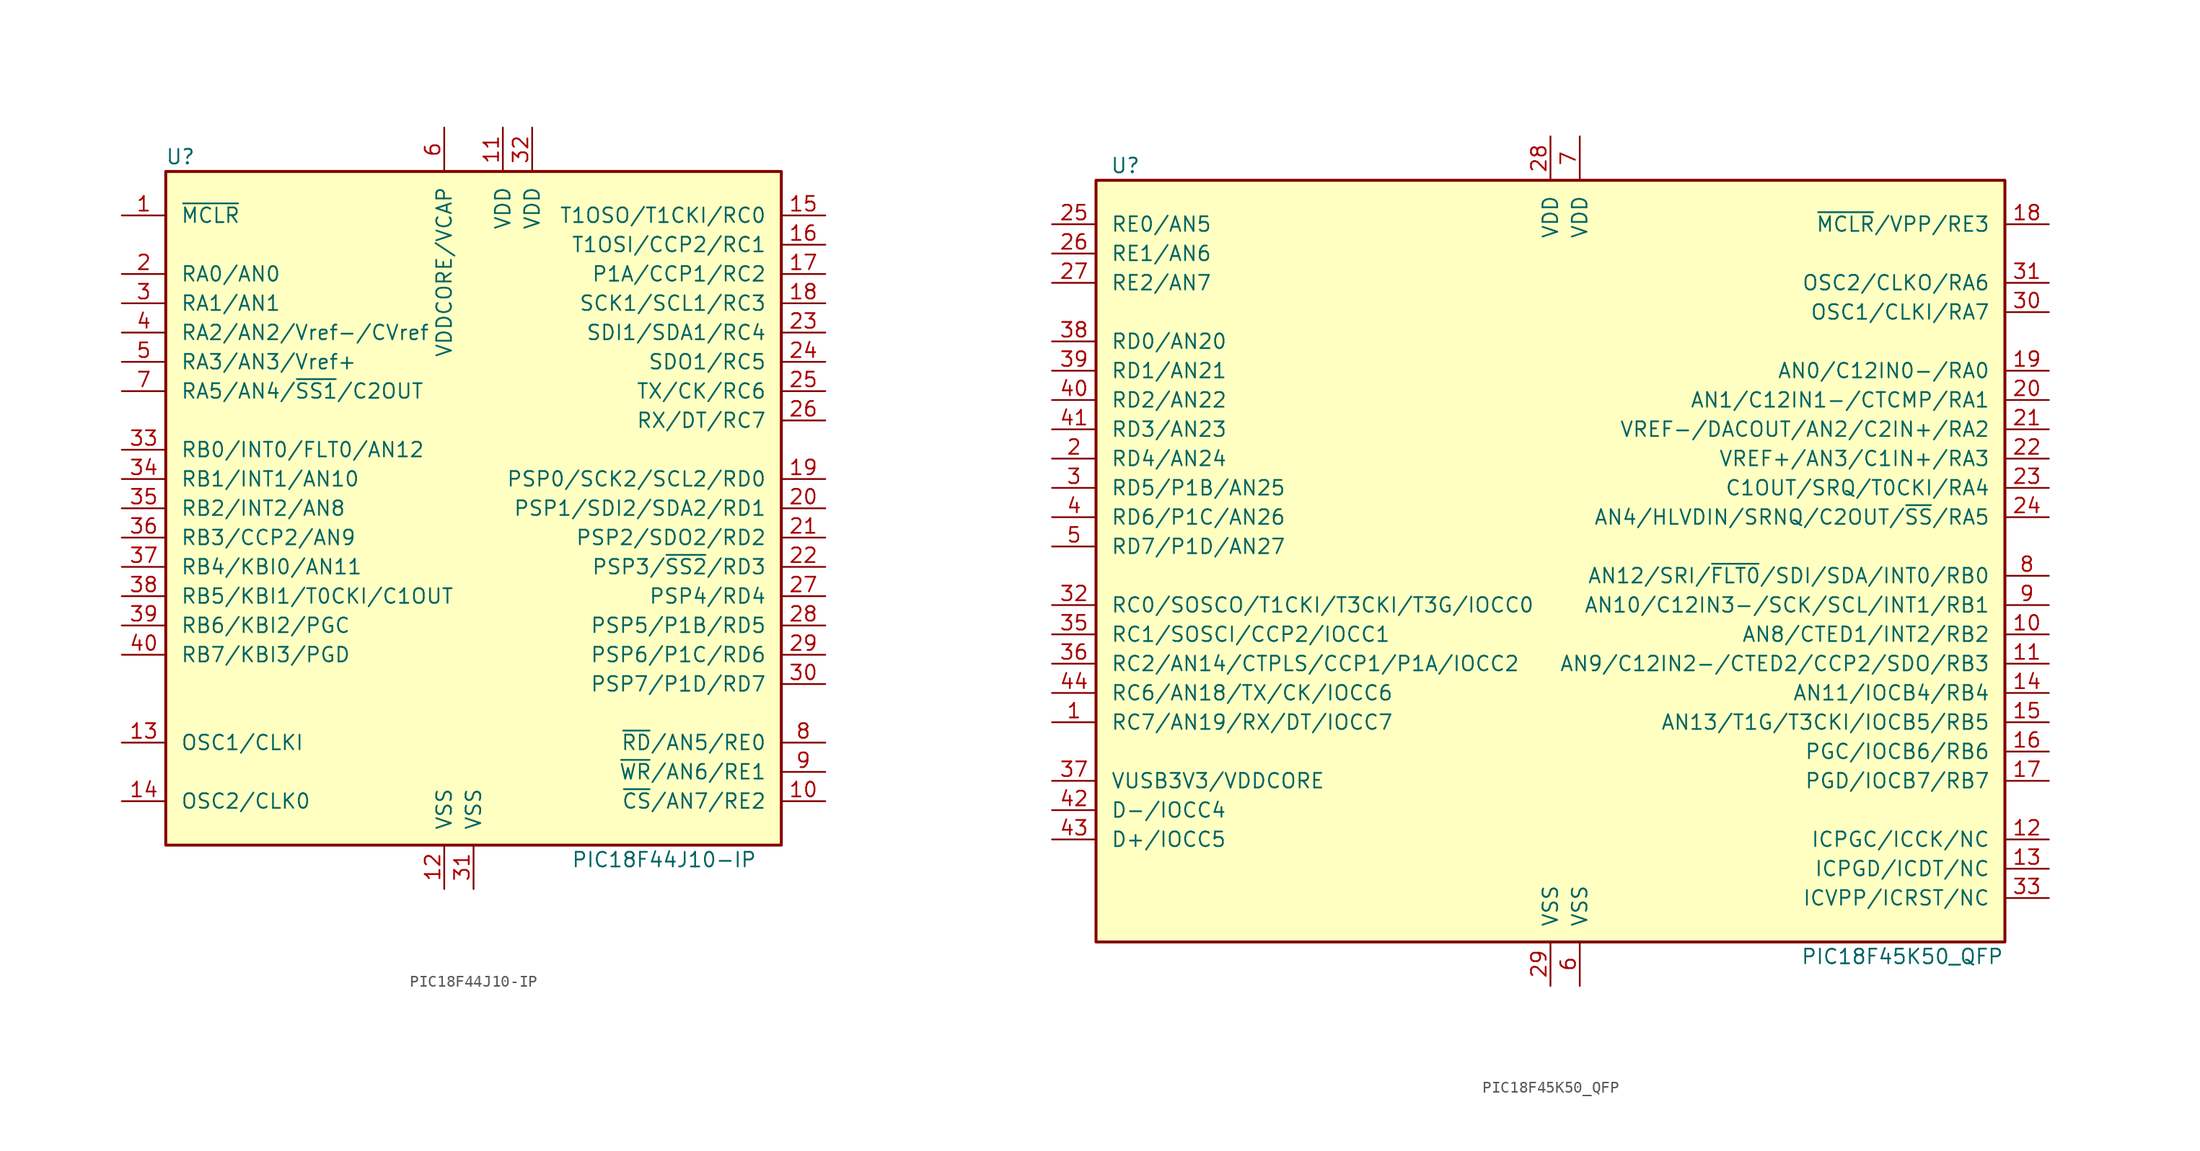
<source format=kicad_sym>
(kicad_symbol_lib
  (version 20211014)
  (generator kicad_symbol_editor)
  (symbol "PIC18F44J10-IP"
    (pin_names
      (offset 1.27))
    (property "Reference" "U"
      (at -25.4 30.48 0)
      (effects (font (size 1.27 1.27))))
    (property "Value" "PIC18F44J10-IP"
      (at 16.51 -30.48 0)
      (effects (font (size 1.27 1.27))))
    (symbol "PIC18F44J10-IP_0_0"
      (rectangle (start -26.67 -29.21) (end 26.67 29.21) (stroke (width 0.254) (type default) (color 0 0 0 0)) (fill (type background))))
    (symbol "PIC18F44J10-IP_1_1"
      (pin input line (at -30.48 25.4 0) (length 3.81) (name "~{MCLR}" (effects (font (size 1.27 1.27)))) (number "1" (effects (font (size 1.27 1.27)))))
      (pin tri_state line (at 30.48 -25.4 180) (length 3.81) (name "~{CS}/AN7/RE2" (effects (font (size 1.27 1.27)))) (number "10" (effects (font (size 1.27 1.27)))))
      (pin power_in line (at 2.54 33.02 270) (length 3.81) (name "VDD" (effects (font (size 1.27 1.27)))) (number "11" (effects (font (size 1.27 1.27)))))
      (pin power_in line (at -2.54 -33.02 90) (length 3.81) (name "VSS" (effects (font (size 1.27 1.27)))) (number "12" (effects (font (size 1.27 1.27)))))
      (pin input line (at -30.48 -20.32 0) (length 3.81) (name "OSC1/CLKI" (effects (font (size 1.27 1.27)))) (number "13" (effects (font (size 1.27 1.27)))))
      (pin output line (at -30.48 -25.4 0) (length 3.81) (name "OSC2/CLK0" (effects (font (size 1.27 1.27)))) (number "14" (effects (font (size 1.27 1.27)))))
      (pin tri_state line (at 30.48 25.4 180) (length 3.81) (name "T1OSO/T1CKI/RC0" (effects (font (size 1.27 1.27)))) (number "15" (effects (font (size 1.27 1.27)))))
      (pin tri_state line (at 30.48 22.86 180) (length 3.81) (name "T1OSI/CCP2/RC1" (effects (font (size 1.27 1.27)))) (number "16" (effects (font (size 1.27 1.27)))))
      (pin tri_state line (at 30.48 20.32 180) (length 3.81) (name "P1A/CCP1/RC2" (effects (font (size 1.27 1.27)))) (number "17" (effects (font (size 1.27 1.27)))))
      (pin tri_state line (at 30.48 17.78 180) (length 3.81) (name "SCK1/SCL1/RC3" (effects (font (size 1.27 1.27)))) (number "18" (effects (font (size 1.27 1.27)))))
      (pin tri_state line (at 30.48 2.54 180) (length 3.81) (name "PSP0/SCK2/SCL2/RD0" (effects (font (size 1.27 1.27)))) (number "19" (effects (font (size 1.27 1.27)))))
      (pin tri_state line (at -30.48 20.32 0) (length 3.81) (name "RA0/AN0" (effects (font (size 1.27 1.27)))) (number "2" (effects (font (size 1.27 1.27)))))
      (pin tri_state line (at 30.48 0 180) (length 3.81) (name "PSP1/SDI2/SDA2/RD1" (effects (font (size 1.27 1.27)))) (number "20" (effects (font (size 1.27 1.27)))))
      (pin tri_state line (at 30.48 -2.54 180) (length 3.81) (name "PSP2/SDO2/RD2" (effects (font (size 1.27 1.27)))) (number "21" (effects (font (size 1.27 1.27)))))
      (pin tri_state line (at 30.48 -5.08 180) (length 3.81) (name "PSP3/~{SS2}/RD3" (effects (font (size 1.27 1.27)))) (number "22" (effects (font (size 1.27 1.27)))))
      (pin tri_state line (at 30.48 15.24 180) (length 3.81) (name "SDI1/SDA1/RC4" (effects (font (size 1.27 1.27)))) (number "23" (effects (font (size 1.27 1.27)))))
      (pin tri_state line (at 30.48 12.7 180) (length 3.81) (name "SDO1/RC5" (effects (font (size 1.27 1.27)))) (number "24" (effects (font (size 1.27 1.27)))))
      (pin tri_state line (at 30.48 10.16 180) (length 3.81) (name "TX/CK/RC6" (effects (font (size 1.27 1.27)))) (number "25" (effects (font (size 1.27 1.27)))))
      (pin tri_state line (at 30.48 7.62 180) (length 3.81) (name "RX/DT/RC7" (effects (font (size 1.27 1.27)))) (number "26" (effects (font (size 1.27 1.27)))))
      (pin tri_state line (at 30.48 -7.62 180) (length 3.81) (name "PSP4/RD4" (effects (font (size 1.27 1.27)))) (number "27" (effects (font (size 1.27 1.27)))))
      (pin tri_state line (at 30.48 -10.16 180) (length 3.81) (name "PSP5/P1B/RD5" (effects (font (size 1.27 1.27)))) (number "28" (effects (font (size 1.27 1.27)))))
      (pin tri_state line (at 30.48 -12.7 180) (length 3.81) (name "PSP6/P1C/RD6" (effects (font (size 1.27 1.27)))) (number "29" (effects (font (size 1.27 1.27)))))
      (pin tri_state line (at -30.48 17.78 0) (length 3.81) (name "RA1/AN1" (effects (font (size 1.27 1.27)))) (number "3" (effects (font (size 1.27 1.27)))))
      (pin tri_state line (at 30.48 -15.24 180) (length 3.81) (name "PSP7/P1D/RD7" (effects (font (size 1.27 1.27)))) (number "30" (effects (font (size 1.27 1.27)))))
      (pin power_in line (at 0 -33.02 90) (length 3.81) (name "VSS" (effects (font (size 1.27 1.27)))) (number "31" (effects (font (size 1.27 1.27)))))
      (pin power_in line (at 5.08 33.02 270) (length 3.81) (name "VDD" (effects (font (size 1.27 1.27)))) (number "32" (effects (font (size 1.27 1.27)))))
      (pin tri_state line (at -30.48 5.08 0) (length 3.81) (name "RB0/INT0/FLT0/AN12" (effects (font (size 1.27 1.27)))) (number "33" (effects (font (size 1.27 1.27)))))
      (pin tri_state line (at -30.48 2.54 0) (length 3.81) (name "RB1/INT1/AN10" (effects (font (size 1.27 1.27)))) (number "34" (effects (font (size 1.27 1.27)))))
      (pin tri_state line (at -30.48 0 0) (length 3.81) (name "RB2/INT2/AN8" (effects (font (size 1.27 1.27)))) (number "35" (effects (font (size 1.27 1.27)))))
      (pin tri_state line (at -30.48 -2.54 0) (length 3.81) (name "RB3/CCP2/AN9" (effects (font (size 1.27 1.27)))) (number "36" (effects (font (size 1.27 1.27)))))
      (pin tri_state line (at -30.48 -5.08 0) (length 3.81) (name "RB4/KBI0/AN11" (effects (font (size 1.27 1.27)))) (number "37" (effects (font (size 1.27 1.27)))))
      (pin tri_state line (at -30.48 -7.62 0) (length 3.81) (name "RB5/KBI1/T0CKI/C1OUT" (effects (font (size 1.27 1.27)))) (number "38" (effects (font (size 1.27 1.27)))))
      (pin tri_state line (at -30.48 -10.16 0) (length 3.81) (name "RB6/KBI2/PGC" (effects (font (size 1.27 1.27)))) (number "39" (effects (font (size 1.27 1.27)))))
      (pin tri_state line (at -30.48 15.24 0) (length 3.81) (name "RA2/AN2/Vref-/CVref" (effects (font (size 1.27 1.27)))) (number "4" (effects (font (size 1.27 1.27)))))
      (pin tri_state line (at -30.48 -12.7 0) (length 3.81) (name "RB7/KBI3/PGD" (effects (font (size 1.27 1.27)))) (number "40" (effects (font (size 1.27 1.27)))))
      (pin tri_state line (at -30.48 12.7 0) (length 3.81) (name "RA3/AN3/Vref+" (effects (font (size 1.27 1.27)))) (number "5" (effects (font (size 1.27 1.27)))))
      (pin passive line (at -2.54 33.02 270) (length 3.81) (name "VDDCORE/VCAP" (effects (font (size 1.27 1.27)))) (number "6" (effects (font (size 1.27 1.27)))))
      (pin tri_state line (at -30.48 10.16 0) (length 3.81) (name "RA5/AN4/~{SS1}/C2OUT" (effects (font (size 1.27 1.27)))) (number "7" (effects (font (size 1.27 1.27)))))
      (pin tri_state line (at 30.48 -20.32 180) (length 3.81) (name "~{RD}/AN5/RE0" (effects (font (size 1.27 1.27)))) (number "8" (effects (font (size 1.27 1.27)))))
      (pin tri_state line (at 30.48 -22.86 180) (length 3.81) (name "~{WR}/AN6/RE1" (effects (font (size 1.27 1.27)))) (number "9" (effects (font (size 1.27 1.27)))))))
  (symbol "PIC18F45K50_QFP"
    (pin_names
      (offset 1.27))
    (property "Reference" "U"
      (at -36.83 33.02 0)
      (effects (font (size 1.27 1.27))))
    (property "Value" "PIC18F45K50_QFP"
      (at 30.48 -35.56 0)
      (effects (font (size 1.27 1.27))))
    (symbol "PIC18F45K50_QFP_0_1"
      (rectangle (start -39.37 31.75) (end 39.37 -34.29) (stroke (width 0.254) (type default) (color 0 0 0 0)) (fill (type background))))
    (symbol "PIC18F45K50_QFP_1_1"
      (pin bidirectional line (at -43.18 -15.24 0) (length 3.81) (name "RC7/AN19/RX/DT/IOCC7" (effects (font (size 1.27 1.27)))) (number "1" (effects (font (size 1.27 1.27)))))
      (pin bidirectional line (at 43.18 -7.62 180) (length 3.81) (name "AN8/CTED1/INT2/RB2" (effects (font (size 1.27 1.27)))) (number "10" (effects (font (size 1.27 1.27)))))
      (pin bidirectional line (at 43.18 -10.16 180) (length 3.81) (name "AN9/C12IN2-/CTED2/CCP2/SDO/RB3" (effects (font (size 1.27 1.27)))) (number "11" (effects (font (size 1.27 1.27)))))
      (pin bidirectional line (at 43.18 -25.4 180) (length 3.81) (name "ICPGC/ICCK/NC" (effects (font (size 1.27 1.27)))) (number "12" (effects (font (size 1.27 1.27)))))
      (pin bidirectional line (at 43.18 -27.94 180) (length 3.81) (name "ICPGD/ICDT/NC" (effects (font (size 1.27 1.27)))) (number "13" (effects (font (size 1.27 1.27)))))
      (pin bidirectional line (at 43.18 -12.7 180) (length 3.81) (name "AN11/IOCB4/RB4" (effects (font (size 1.27 1.27)))) (number "14" (effects (font (size 1.27 1.27)))))
      (pin bidirectional line (at 43.18 -15.24 180) (length 3.81) (name "AN13/T1G/T3CKI/IOCB5/RB5" (effects (font (size 1.27 1.27)))) (number "15" (effects (font (size 1.27 1.27)))))
      (pin bidirectional line (at 43.18 -17.78 180) (length 3.81) (name "PGC/IOCB6/RB6" (effects (font (size 1.27 1.27)))) (number "16" (effects (font (size 1.27 1.27)))))
      (pin bidirectional line (at 43.18 -20.32 180) (length 3.81) (name "PGD/IOCB7/RB7" (effects (font (size 1.27 1.27)))) (number "17" (effects (font (size 1.27 1.27)))))
      (pin input line (at 43.18 27.94 180) (length 3.81) (name "~{MCLR}/VPP/RE3" (effects (font (size 1.27 1.27)))) (number "18" (effects (font (size 1.27 1.27)))))
      (pin bidirectional line (at 43.18 15.24 180) (length 3.81) (name "AN0/C12IN0-/RA0" (effects (font (size 1.27 1.27)))) (number "19" (effects (font (size 1.27 1.27)))))
      (pin bidirectional line (at -43.18 7.62 0) (length 3.81) (name "RD4/AN24" (effects (font (size 1.27 1.27)))) (number "2" (effects (font (size 1.27 1.27)))))
      (pin bidirectional line (at 43.18 12.7 180) (length 3.81) (name "AN1/C12IN1-/CTCMP/RA1" (effects (font (size 1.27 1.27)))) (number "20" (effects (font (size 1.27 1.27)))))
      (pin bidirectional line (at 43.18 10.16 180) (length 3.81) (name "VREF-/DACOUT/AN2/C2IN+/RA2" (effects (font (size 1.27 1.27)))) (number "21" (effects (font (size 1.27 1.27)))))
      (pin bidirectional line (at 43.18 7.62 180) (length 3.81) (name "VREF+/AN3/C1IN+/RA3" (effects (font (size 1.27 1.27)))) (number "22" (effects (font (size 1.27 1.27)))))
      (pin bidirectional line (at 43.18 5.08 180) (length 3.81) (name "C1OUT/SRQ/T0CKI/RA4" (effects (font (size 1.27 1.27)))) (number "23" (effects (font (size 1.27 1.27)))))
      (pin bidirectional line (at 43.18 2.54 180) (length 3.81) (name "AN4/HLVDIN/SRNQ/C2OUT/~{SS}/RA5" (effects (font (size 1.27 1.27)))) (number "24" (effects (font (size 1.27 1.27)))))
      (pin bidirectional line (at -43.18 27.94 0) (length 3.81) (name "RE0/AN5" (effects (font (size 1.27 1.27)))) (number "25" (effects (font (size 1.27 1.27)))))
      (pin bidirectional line (at -43.18 25.4 0) (length 3.81) (name "RE1/AN6" (effects (font (size 1.27 1.27)))) (number "26" (effects (font (size 1.27 1.27)))))
      (pin bidirectional line (at -43.18 22.86 0) (length 3.81) (name "RE2/AN7" (effects (font (size 1.27 1.27)))) (number "27" (effects (font (size 1.27 1.27)))))
      (pin power_in line (at 0 35.56 270) (length 3.81) (name "VDD" (effects (font (size 1.27 1.27)))) (number "28" (effects (font (size 1.27 1.27)))))
      (pin power_in line (at 0 -38.1 90) (length 3.81) (name "VSS" (effects (font (size 1.27 1.27)))) (number "29" (effects (font (size 1.27 1.27)))))
      (pin bidirectional line (at -43.18 5.08 0) (length 3.81) (name "RD5/P1B/AN25" (effects (font (size 1.27 1.27)))) (number "3" (effects (font (size 1.27 1.27)))))
      (pin bidirectional line (at 43.18 20.32 180) (length 3.81) (name "OSC1/CLKI/RA7" (effects (font (size 1.27 1.27)))) (number "30" (effects (font (size 1.27 1.27)))))
      (pin bidirectional line (at 43.18 22.86 180) (length 3.81) (name "OSC2/CLKO/RA6" (effects (font (size 1.27 1.27)))) (number "31" (effects (font (size 1.27 1.27)))))
      (pin bidirectional line (at -43.18 -5.08 0) (length 3.81) (name "RC0/SOSCO/T1CKI/T3CKI/T3G/IOCC0" (effects (font (size 1.27 1.27)))) (number "32" (effects (font (size 1.27 1.27)))))
      (pin bidirectional line (at 43.18 -30.48 180) (length 3.81) (name "ICVPP/ICRST/NC" (effects (font (size 1.27 1.27)))) (number "33" (effects (font (size 1.27 1.27)))))
      (pin no_connect line (at -17.78 -38.1 90) (length 3.81) hide (name "NC" (effects (font (size 1.27 1.27)))) (number "34" (effects (font (size 1.27 1.27)))))
      (pin bidirectional line (at -43.18 -7.62 0) (length 3.81) (name "RC1/SOSCI/CCP2/IOCC1" (effects (font (size 1.27 1.27)))) (number "35" (effects (font (size 1.27 1.27)))))
      (pin bidirectional line (at -43.18 -10.16 0) (length 3.81) (name "RC2/AN14/CTPLS/CCP1/P1A/IOCC2" (effects (font (size 1.27 1.27)))) (number "36" (effects (font (size 1.27 1.27)))))
      (pin power_in line (at -43.18 -20.32 0) (length 3.81) (name "VUSB3V3/VDDCORE" (effects (font (size 1.27 1.27)))) (number "37" (effects (font (size 1.27 1.27)))))
      (pin bidirectional line (at -43.18 17.78 0) (length 3.81) (name "RD0/AN20" (effects (font (size 1.27 1.27)))) (number "38" (effects (font (size 1.27 1.27)))))
      (pin bidirectional line (at -43.18 15.24 0) (length 3.81) (name "RD1/AN21" (effects (font (size 1.27 1.27)))) (number "39" (effects (font (size 1.27 1.27)))))
      (pin bidirectional line (at -43.18 2.54 0) (length 3.81) (name "RD6/P1C/AN26" (effects (font (size 1.27 1.27)))) (number "4" (effects (font (size 1.27 1.27)))))
      (pin bidirectional line (at -43.18 12.7 0) (length 3.81) (name "RD2/AN22" (effects (font (size 1.27 1.27)))) (number "40" (effects (font (size 1.27 1.27)))))
      (pin bidirectional line (at -43.18 10.16 0) (length 3.81) (name "RD3/AN23" (effects (font (size 1.27 1.27)))) (number "41" (effects (font (size 1.27 1.27)))))
      (pin bidirectional line (at -43.18 -22.86 0) (length 3.81) (name "D-/IOCC4" (effects (font (size 1.27 1.27)))) (number "42" (effects (font (size 1.27 1.27)))))
      (pin bidirectional line (at -43.18 -25.4 0) (length 3.81) (name "D+/IOCC5" (effects (font (size 1.27 1.27)))) (number "43" (effects (font (size 1.27 1.27)))))
      (pin bidirectional line (at -43.18 -12.7 0) (length 3.81) (name "RC6/AN18/TX/CK/IOCC6" (effects (font (size 1.27 1.27)))) (number "44" (effects (font (size 1.27 1.27)))))
      (pin bidirectional line (at -43.18 0 0) (length 3.81) (name "RD7/P1D/AN27" (effects (font (size 1.27 1.27)))) (number "5" (effects (font (size 1.27 1.27)))))
      (pin power_in line (at 2.54 -38.1 90) (length 3.81) (name "VSS" (effects (font (size 1.27 1.27)))) (number "6" (effects (font (size 1.27 1.27)))))
      (pin power_in line (at 2.54 35.56 270) (length 3.81) (name "VDD" (effects (font (size 1.27 1.27)))) (number "7" (effects (font (size 1.27 1.27)))))
      (pin bidirectional line (at 43.18 -2.54 180) (length 3.81) (name "AN12/SRI/~{FLT0}/SDI/SDA/INT0/RB0" (effects (font (size 1.27 1.27)))) (number "8" (effects (font (size 1.27 1.27)))))
      (pin bidirectional line (at 43.18 -5.08 180) (length 3.81) (name "AN10/C12IN3-/SCK/SCL/INT1/RB1" (effects (font (size 1.27 1.27)))) (number "9" (effects (font (size 1.27 1.27))))))))
</source>
